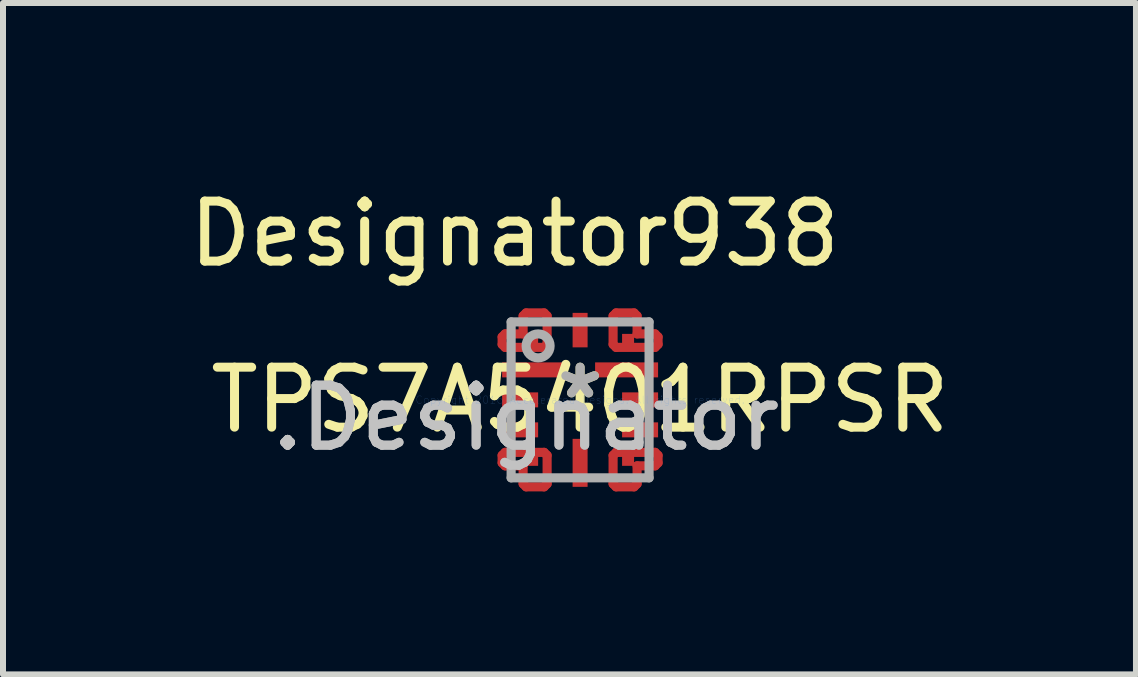
<source format=kicad_pcb>
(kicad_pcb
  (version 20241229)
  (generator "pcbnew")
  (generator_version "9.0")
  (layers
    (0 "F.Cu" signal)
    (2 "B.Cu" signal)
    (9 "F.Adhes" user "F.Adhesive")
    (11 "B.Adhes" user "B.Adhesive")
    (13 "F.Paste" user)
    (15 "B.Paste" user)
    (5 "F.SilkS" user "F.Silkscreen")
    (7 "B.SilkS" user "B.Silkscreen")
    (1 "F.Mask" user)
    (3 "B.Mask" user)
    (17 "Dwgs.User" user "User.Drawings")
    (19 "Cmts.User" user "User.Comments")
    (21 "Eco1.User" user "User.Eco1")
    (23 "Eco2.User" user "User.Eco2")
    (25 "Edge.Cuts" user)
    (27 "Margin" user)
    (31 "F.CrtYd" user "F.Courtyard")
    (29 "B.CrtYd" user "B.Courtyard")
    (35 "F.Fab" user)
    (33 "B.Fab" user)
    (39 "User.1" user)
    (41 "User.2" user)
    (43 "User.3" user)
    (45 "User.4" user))
  (footprint "TPS7A5401RPSR"
    (layer "F.Cu")
    (at 6.622 3.617)
    (property "Reference" "TPS7A5401RPSR" (at 0 0 0) (layer "F.SilkS") (effects (font (size 1 1) (thickness 0.15))))
    (attr through_hole)
    (fp_line (start -1.3 -1.05) (end -1.25 -1.1) (stroke (width 0.152) (type solid)) (layer "F.Cu"))
    (fp_line (start -1.3 -0.925) (end -1.3 -1.05) (stroke (width 0.152) (type solid)) (layer "F.Cu"))
    (fp_line (start -1.3 0.925) (end -1.3 1.05) (stroke (width 0.152) (type solid)) (layer "F.Cu"))
    (fp_line (start -1.3 1.05) (end -1.25 1.1) (stroke (width 0.152) (type solid)) (layer "F.Cu"))
    (fp_line (start -1.25 -1.1) (end -0.95 -1.1) (stroke (width 0.152) (type solid)) (layer "F.Cu"))
    (fp_line (start -1.25 -0.875) (end -1.3 -0.925) (stroke (width 0.152) (type solid)) (layer "F.Cu"))
    (fp_line (start -1.25 0.875) (end -1.3 0.925) (stroke (width 0.152) (type solid)) (layer "F.Cu"))
    (fp_line (start -1.25 1.1) (end -0.95 1.1) (stroke (width 0.152) (type solid)) (layer "F.Cu"))
    (fp_line (start -0.95 -1.4) (end -0.9 -1.45) (stroke (width 0.152) (type solid)) (layer "F.Cu"))
    (fp_line (start -0.95 -1.1) (end -0.95 -1.4) (stroke (width 0.152) (type solid)) (layer "F.Cu"))
    (fp_line (start -0.95 1.1) (end -0.95 1.4) (stroke (width 0.152) (type solid)) (layer "F.Cu"))
    (fp_line (start -0.95 1.4) (end -0.9 1.45) (stroke (width 0.152) (type solid)) (layer "F.Cu"))
    (fp_line (start -0.9 -1.45) (end -0.6 -1.45) (stroke (width 0.152) (type solid)) (layer "F.Cu"))
    (fp_line (start -0.9 1.45) (end -0.6 1.45) (stroke (width 0.152) (type solid)) (layer "F.Cu"))
    (fp_line (start -0.6 -1.45) (end -0.55 -1.4) (stroke (width 0.152) (type solid)) (layer "F.Cu"))
    (fp_line (start -0.6 -0.875) (end -1.25 -0.875) (stroke (width 0.152) (type solid)) (layer "F.Cu"))
    (fp_line (start -0.6 0.875) (end -1.25 0.875) (stroke (width 0.152) (type solid)) (layer "F.Cu"))
    (fp_line (start -0.6 1.45) (end -0.55 1.4) (stroke (width 0.152) (type solid)) (layer "F.Cu"))
    (fp_line (start -0.55 -1.4) (end -0.55 -0.925) (stroke (width 0.152) (type solid)) (layer "F.Cu"))
    (fp_line (start -0.55 -0.925) (end -0.6 -0.875) (stroke (width 0.152) (type solid)) (layer "F.Cu"))
    (fp_line (start -0.55 0.925) (end -0.6 0.875) (stroke (width 0.152) (type solid)) (layer "F.Cu"))
    (fp_line (start -0.55 1.4) (end -0.55 0.925) (stroke (width 0.152) (type solid)) (layer "F.Cu"))
    (fp_line (start 0.55 -1.4) (end 0.55 -0.925) (stroke (width 0.152) (type solid)) (layer "F.Cu"))
    (fp_line (start 0.55 -0.925) (end 0.6 -0.875) (stroke (width 0.152) (type solid)) (layer "F.Cu"))
    (fp_line (start 0.55 0.925) (end 0.6 0.875) (stroke (width 0.152) (type solid)) (layer "F.Cu"))
    (fp_line (start 0.55 1.4) (end 0.55 0.925) (stroke (width 0.152) (type solid)) (layer "F.Cu"))
    (fp_line (start 0.6 -1.45) (end 0.55 -1.4) (stroke (width 0.152) (type solid)) (layer "F.Cu"))
    (fp_line (start 0.6 -0.875) (end 1.25 -0.875) (stroke (width 0.152) (type solid)) (layer "F.Cu"))
    (fp_line (start 0.6 0.875) (end 1.25 0.875) (stroke (width 0.152) (type solid)) (layer "F.Cu"))
    (fp_line (start 0.6 1.45) (end 0.55 1.4) (stroke (width 0.152) (type solid)) (layer "F.Cu"))
    (fp_line (start 0.9 -1.45) (end 0.6 -1.45) (stroke (width 0.152) (type solid)) (layer "F.Cu"))
    (fp_line (start 0.9 1.45) (end 0.6 1.45) (stroke (width 0.152) (type solid)) (layer "F.Cu"))
    (fp_line (start 0.95 -1.4) (end 0.9 -1.45) (stroke (width 0.152) (type solid)) (layer "F.Cu"))
    (fp_line (start 0.95 -1.1) (end 0.95 -1.4) (stroke (width 0.152) (type solid)) (layer "F.Cu"))
    (fp_line (start 0.95 1.1) (end 0.95 1.4) (stroke (width 0.152) (type solid)) (layer "F.Cu"))
    (fp_line (start 0.95 1.4) (end 0.9 1.45) (stroke (width 0.152) (type solid)) (layer "F.Cu"))
    (fp_line (start 1.25 -1.1) (end 0.95 -1.1) (stroke (width 0.152) (type solid)) (layer "F.Cu"))
    (fp_line (start 1.25 -0.875) (end 1.3 -0.925) (stroke (width 0.152) (type solid)) (layer "F.Cu"))
    (fp_line (start 1.25 0.875) (end 1.3 0.925) (stroke (width 0.152) (type solid)) (layer "F.Cu"))
    (fp_line (start 1.25 1.1) (end 0.95 1.1) (stroke (width 0.152) (type solid)) (layer "F.Cu"))
    (fp_line (start 1.3 -1.05) (end 1.25 -1.1) (stroke (width 0.152) (type solid)) (layer "F.Cu"))
    (fp_line (start 1.3 -0.925) (end 1.3 -1.05) (stroke (width 0.152) (type solid)) (layer "F.Cu"))
    (fp_line (start 1.3 0.925) (end 1.3 1.05) (stroke (width 0.152) (type solid)) (layer "F.Cu"))
    (fp_line (start 1.3 1.05) (end 1.25 1.1) (stroke (width 0.152) (type solid)) (layer "F.Cu"))
    (fp_line (start -1.351 -1.05) (end -1.35 -1.06) (stroke (width 0.152) (type solid)) (layer "F.Mask"))
    (fp_line (start -1.351 -0.925) (end -1.351 -1.05) (stroke (width 0.152) (type solid)) (layer "F.Mask"))
    (fp_line (start -1.351 0.925) (end -1.35 0.915) (stroke (width 0.152) (type solid)) (layer "F.Mask"))
    (fp_line (start -1.351 1.05) (end -1.351 0.925) (stroke (width 0.152) (type solid)) (layer "F.Mask"))
    (fp_line (start -1.35 -1.06) (end -1.347 -1.069) (stroke (width 0.152) (type solid)) (layer "F.Mask"))
    (fp_line (start -1.35 -0.915) (end -1.351 -0.925) (stroke (width 0.152) (type solid)) (layer "F.Mask"))
    (fp_line (start -1.35 0.915) (end -1.347 0.906) (stroke (width 0.152) (type solid)) (layer "F.Mask"))
    (fp_line (start -1.35 1.06) (end -1.351 1.05) (stroke (width 0.152) (type solid)) (layer "F.Mask"))
    (fp_line (start -1.347 -1.069) (end -1.342 -1.078) (stroke (width 0.152) (type solid)) (layer "F.Mask"))
    (fp_line (start -1.347 -0.906) (end -1.35 -0.915) (stroke (width 0.152) (type solid)) (layer "F.Mask"))
    (fp_line (start -1.347 0.906) (end -1.342 0.897) (stroke (width 0.152) (type solid)) (layer "F.Mask"))
    (fp_line (start -1.347 1.069) (end -1.35 1.06) (stroke (width 0.152) (type solid)) (layer "F.Mask"))
    (fp_line (start -1.342 -1.078) (end -1.336 -1.086) (stroke (width 0.152) (type solid)) (layer "F.Mask"))
    (fp_line (start -1.342 -0.897) (end -1.347 -0.906) (stroke (width 0.152) (type solid)) (layer "F.Mask"))
    (fp_line (start -1.342 0.897) (end -1.336 0.889) (stroke (width 0.152) (type solid)) (layer "F.Mask"))
    (fp_line (start -1.342 1.078) (end -1.347 1.069) (stroke (width 0.152) (type solid)) (layer "F.Mask"))
    (fp_line (start -1.336 -1.086) (end -1.286 -1.136) (stroke (width 0.152) (type solid)) (layer "F.Mask"))
    (fp_line (start -1.336 -0.889) (end -1.342 -0.897) (stroke (width 0.152) (type solid)) (layer "F.Mask"))
    (fp_line (start -1.336 0.889) (end -1.286 0.839) (stroke (width 0.152) (type solid)) (layer "F.Mask"))
    (fp_line (start -1.336 1.086) (end -1.342 1.078) (stroke (width 0.152) (type solid)) (layer "F.Mask"))
    (fp_line (start -1.286 -1.136) (end -1.278 -1.142) (stroke (width 0.152) (type solid)) (layer "F.Mask"))
    (fp_line (start -1.286 -0.839) (end -1.336 -0.889) (stroke (width 0.152) (type solid)) (layer "F.Mask"))
    (fp_line (start -1.286 0.839) (end -1.278 0.833) (stroke (width 0.152) (type solid)) (layer "F.Mask"))
    (fp_line (start -1.286 1.136) (end -1.336 1.086) (stroke (width 0.152) (type solid)) (layer "F.Mask"))
    (fp_line (start -1.278 -1.142) (end -1.269 -1.147) (stroke (width 0.152) (type solid)) (layer "F.Mask"))
    (fp_line (start -1.278 -0.833) (end -1.286 -0.839) (stroke (width 0.152) (type solid)) (layer "F.Mask"))
    (fp_line (start -1.278 0.833) (end -1.269 0.828) (stroke (width 0.152) (type solid)) (layer "F.Mask"))
    (fp_line (start -1.278 1.142) (end -1.286 1.136) (stroke (width 0.152) (type solid)) (layer "F.Mask"))
    (fp_line (start -1.269 -1.147) (end -1.26 -1.15) (stroke (width 0.152) (type solid)) (layer "F.Mask"))
    (fp_line (start -1.269 -0.828) (end -1.278 -0.833) (stroke (width 0.152) (type solid)) (layer "F.Mask"))
    (fp_line (start -1.269 0.828) (end -1.26 0.825) (stroke (width 0.152) (type solid)) (layer "F.Mask"))
    (fp_line (start -1.269 1.147) (end -1.278 1.142) (stroke (width 0.152) (type solid)) (layer "F.Mask"))
    (fp_line (start -1.26 -1.15) (end -1.25 -1.151) (stroke (width 0.152) (type solid)) (layer "F.Mask"))
    (fp_line (start -1.26 -0.825) (end -1.269 -0.828) (stroke (width 0.152) (type solid)) (layer "F.Mask"))
    (fp_line (start -1.26 0.825) (end -1.25 0.824) (stroke (width 0.152) (type solid)) (layer "F.Mask"))
    (fp_line (start -1.26 1.15) (end -1.269 1.147) (stroke (width 0.152) (type solid)) (layer "F.Mask"))
    (fp_line (start -1.25 -1.151) (end -1.001 -1.151) (stroke (width 0.152) (type solid)) (layer "F.Mask"))
    (fp_line (start -1.25 -0.824) (end -1.26 -0.825) (stroke (width 0.152) (type solid)) (layer "F.Mask"))
    (fp_line (start -1.25 0.824) (end -0.6 0.824) (stroke (width 0.152) (type solid)) (layer "F.Mask"))
    (fp_line (start -1.25 1.151) (end -1.26 1.15) (stroke (width 0.152) (type solid)) (layer "F.Mask"))
    (fp_line (start -1.001 -1.4) (end -1 -1.41) (stroke (width 0.152) (type solid)) (layer "F.Mask"))
    (fp_line (start -1.001 -1.151) (end -1.001 -1.4) (stroke (width 0.152) (type solid)) (layer "F.Mask"))
    (fp_line (start -1.001 1.151) (end -1.25 1.151) (stroke (width 0.152) (type solid)) (layer "F.Mask"))
    (fp_line (start -1.001 1.4) (end -1.001 1.151) (stroke (width 0.152) (type solid)) (layer "F.Mask"))
    (fp_line (start -1 -1.41) (end -0.997 -1.419) (stroke (width 0.152) (type solid)) (layer "F.Mask"))
    (fp_line (start -1 1.41) (end -1.001 1.4) (stroke (width 0.152) (type solid)) (layer "F.Mask"))
    (fp_line (start -0.997 -1.419) (end -0.992 -1.428) (stroke (width 0.152) (type solid)) (layer "F.Mask"))
    (fp_line (start -0.997 1.419) (end -1 1.41) (stroke (width 0.152) (type solid)) (layer "F.Mask"))
    (fp_line (start -0.992 -1.428) (end -0.986 -1.436) (stroke (width 0.152) (type solid)) (layer "F.Mask"))
    (fp_line (start -0.992 1.428) (end -0.997 1.419) (stroke (width 0.152) (type solid)) (layer "F.Mask"))
    (fp_line (start -0.986 -1.436) (end -0.936 -1.486) (stroke (width 0.152) (type solid)) (layer "F.Mask"))
    (fp_line (start -0.986 1.436) (end -0.992 1.428) (stroke (width 0.152) (type solid)) (layer "F.Mask"))
    (fp_line (start -0.936 -1.486) (end -0.928 -1.492) (stroke (width 0.152) (type solid)) (layer "F.Mask"))
    (fp_line (start -0.936 1.486) (end -0.986 1.436) (stroke (width 0.152) (type solid)) (layer "F.Mask"))
    (fp_line (start -0.928 -1.492) (end -0.919 -1.497) (stroke (width 0.152) (type solid)) (layer "F.Mask"))
    (fp_line (start -0.928 1.492) (end -0.936 1.486) (stroke (width 0.152) (type solid)) (layer "F.Mask"))
    (fp_line (start -0.919 -1.497) (end -0.91 -1.5) (stroke (width 0.152) (type solid)) (layer "F.Mask"))
    (fp_line (start -0.919 1.497) (end -0.928 1.492) (stroke (width 0.152) (type solid)) (layer "F.Mask"))
    (fp_line (start -0.91 -1.5) (end -0.9 -1.501) (stroke (width 0.152) (type solid)) (layer "F.Mask"))
    (fp_line (start -0.91 1.5) (end -0.919 1.497) (stroke (width 0.152) (type solid)) (layer "F.Mask"))
    (fp_line (start -0.9 -1.501) (end -0.6 -1.501) (stroke (width 0.152) (type solid)) (layer "F.Mask"))
    (fp_line (start -0.9 1.501) (end -0.91 1.5) (stroke (width 0.152) (type solid)) (layer "F.Mask"))
    (fp_line (start -0.6 -1.501) (end -0.59 -1.5) (stroke (width 0.152) (type solid)) (layer "F.Mask"))
    (fp_line (start -0.6 -0.824) (end -1.25 -0.824) (stroke (width 0.152) (type solid)) (layer "F.Mask"))
    (fp_line (start -0.6 0.824) (end -0.59 0.825) (stroke (width 0.152) (type solid)) (layer "F.Mask"))
    (fp_line (start -0.6 1.501) (end -0.9 1.501) (stroke (width 0.152) (type solid)) (layer "F.Mask"))
    (fp_line (start -0.59 -1.5) (end -0.581 -1.497) (stroke (width 0.152) (type solid)) (layer "F.Mask"))
    (fp_line (start -0.59 -0.825) (end -0.6 -0.824) (stroke (width 0.152) (type solid)) (layer "F.Mask"))
    (fp_line (start -0.59 0.825) (end -0.581 0.828) (stroke (width 0.152) (type solid)) (layer "F.Mask"))
    (fp_line (start -0.59 1.5) (end -0.6 1.501) (stroke (width 0.152) (type solid)) (layer "F.Mask"))
    (fp_line (start -0.581 -1.497) (end -0.572 -1.492) (stroke (width 0.152) (type solid)) (layer "F.Mask"))
    (fp_line (start -0.581 -0.828) (end -0.59 -0.825) (stroke (width 0.152) (type solid)) (layer "F.Mask"))
    (fp_line (start -0.581 0.828) (end -0.572 0.833) (stroke (width 0.152) (type solid)) (layer "F.Mask"))
    (fp_line (start -0.581 1.497) (end -0.59 1.5) (stroke (width 0.152) (type solid)) (layer "F.Mask"))
    (fp_line (start -0.572 -1.492) (end -0.564 -1.486) (stroke (width 0.152) (type solid)) (layer "F.Mask"))
    (fp_line (start -0.572 -0.833) (end -0.581 -0.828) (stroke (width 0.152) (type solid)) (layer "F.Mask"))
    (fp_line (start -0.572 0.833) (end -0.564 0.839) (stroke (width 0.152) (type solid)) (layer "F.Mask"))
    (fp_line (start -0.572 1.492) (end -0.581 1.497) (stroke (width 0.152) (type solid)) (layer "F.Mask"))
    (fp_line (start -0.564 -1.486) (end -0.514 -1.436) (stroke (width 0.152) (type solid)) (layer "F.Mask"))
    (fp_line (start -0.564 -0.839) (end -0.572 -0.833) (stroke (width 0.152) (type solid)) (layer "F.Mask"))
    (fp_line (start -0.564 0.839) (end -0.514 0.889) (stroke (width 0.152) (type solid)) (layer "F.Mask"))
    (fp_line (start -0.564 1.486) (end -0.572 1.492) (stroke (width 0.152) (type solid)) (layer "F.Mask"))
    (fp_line (start -0.514 -1.436) (end -0.508 -1.428) (stroke (width 0.152) (type solid)) (layer "F.Mask"))
    (fp_line (start -0.514 -0.889) (end -0.564 -0.839) (stroke (width 0.152) (type solid)) (layer "F.Mask"))
    (fp_line (start -0.514 0.889) (end -0.508 0.897) (stroke (width 0.152) (type solid)) (layer "F.Mask"))
    (fp_line (start -0.514 1.436) (end -0.564 1.486) (stroke (width 0.152) (type solid)) (layer "F.Mask"))
    (fp_line (start -0.508 -1.428) (end -0.503 -1.419) (stroke (width 0.152) (type solid)) (layer "F.Mask"))
    (fp_line (start -0.508 -0.897) (end -0.514 -0.889) (stroke (width 0.152) (type solid)) (layer "F.Mask"))
    (fp_line (start -0.508 0.897) (end -0.503 0.906) (stroke (width 0.152) (type solid)) (layer "F.Mask"))
    (fp_line (start -0.508 1.428) (end -0.514 1.436) (stroke (width 0.152) (type solid)) (layer "F.Mask"))
    (fp_line (start -0.503 -1.419) (end -0.5 -1.41) (stroke (width 0.152) (type solid)) (layer "F.Mask"))
    (fp_line (start -0.503 -0.906) (end -0.508 -0.897) (stroke (width 0.152) (type solid)) (layer "F.Mask"))
    (fp_line (start -0.503 0.906) (end -0.5 0.915) (stroke (width 0.152) (type solid)) (layer "F.Mask"))
    (fp_line (start -0.503 1.419) (end -0.508 1.428) (stroke (width 0.152) (type solid)) (layer "F.Mask"))
    (fp_line (start -0.5 -1.41) (end -0.499 -1.4) (stroke (width 0.152) (type solid)) (layer "F.Mask"))
    (fp_line (start -0.5 -0.915) (end -0.503 -0.906) (stroke (width 0.152) (type solid)) (layer "F.Mask"))
    (fp_line (start -0.5 0.915) (end -0.499 0.925) (stroke (width 0.152) (type solid)) (layer "F.Mask"))
    (fp_line (start -0.5 1.41) (end -0.503 1.419) (stroke (width 0.152) (type solid)) (layer "F.Mask"))
    (fp_line (start -0.499 -1.4) (end -0.499 -0.925) (stroke (width 0.152) (type solid)) (layer "F.Mask"))
    (fp_line (start -0.499 -0.925) (end -0.5 -0.915) (stroke (width 0.152) (type solid)) (layer "F.Mask"))
    (fp_line (start -0.499 0.925) (end -0.499 1.4) (stroke (width 0.152) (type solid)) (layer "F.Mask"))
    (fp_line (start -0.499 1.4) (end -0.5 1.41) (stroke (width 0.152) (type solid)) (layer "F.Mask"))
    (fp_line (start 0.499 -1.4) (end 0.5 -1.41) (stroke (width 0.152) (type solid)) (layer "F.Mask"))
    (fp_line (start 0.499 -0.925) (end 0.499 -1.4) (stroke (width 0.152) (type solid)) (layer "F.Mask"))
    (fp_line (start 0.499 0.925) (end 0.5 0.915) (stroke (width 0.152) (type solid)) (layer "F.Mask"))
    (fp_line (start 0.499 1.4) (end 0.499 0.925) (stroke (width 0.152) (type solid)) (layer "F.Mask"))
    (fp_line (start 0.5 -1.41) (end 0.503 -1.419) (stroke (width 0.152) (type solid)) (layer "F.Mask"))
    (fp_line (start 0.5 -0.915) (end 0.499 -0.925) (stroke (width 0.152) (type solid)) (layer "F.Mask"))
    (fp_line (start 0.5 0.915) (end 0.503 0.906) (stroke (width 0.152) (type solid)) (layer "F.Mask"))
    (fp_line (start 0.5 1.41) (end 0.499 1.4) (stroke (width 0.152) (type solid)) (layer "F.Mask"))
    (fp_line (start 0.503 -1.419) (end 0.508 -1.428) (stroke (width 0.152) (type solid)) (layer "F.Mask"))
    (fp_line (start 0.503 -0.906) (end 0.5 -0.915) (stroke (width 0.152) (type solid)) (layer "F.Mask"))
    (fp_line (start 0.503 0.906) (end 0.508 0.897) (stroke (width 0.152) (type solid)) (layer "F.Mask"))
    (fp_line (start 0.503 1.419) (end 0.5 1.41) (stroke (width 0.152) (type solid)) (layer "F.Mask"))
    (fp_line (start 0.508 -1.428) (end 0.514 -1.436) (stroke (width 0.152) (type solid)) (layer "F.Mask"))
    (fp_line (start 0.508 -0.897) (end 0.503 -0.906) (stroke (width 0.152) (type solid)) (layer "F.Mask"))
    (fp_line (start 0.508 0.897) (end 0.514 0.889) (stroke (width 0.152) (type solid)) (layer "F.Mask"))
    (fp_line (start 0.508 1.428) (end 0.503 1.419) (stroke (width 0.152) (type solid)) (layer "F.Mask"))
    (fp_line (start 0.514 -1.436) (end 0.564 -1.486) (stroke (width 0.152) (type solid)) (layer "F.Mask"))
    (fp_line (start 0.514 -0.889) (end 0.508 -0.897) (stroke (width 0.152) (type solid)) (layer "F.Mask"))
    (fp_line (start 0.514 0.889) (end 0.564 0.839) (stroke (width 0.152) (type solid)) (layer "F.Mask"))
    (fp_line (start 0.514 1.436) (end 0.508 1.428) (stroke (width 0.152) (type solid)) (layer "F.Mask"))
    (fp_line (start 0.564 -1.486) (end 0.572 -1.492) (stroke (width 0.152) (type solid)) (layer "F.Mask"))
    (fp_line (start 0.564 -0.839) (end 0.514 -0.889) (stroke (width 0.152) (type solid)) (layer "F.Mask"))
    (fp_line (start 0.564 0.839) (end 0.572 0.833) (stroke (width 0.152) (type solid)) (layer "F.Mask"))
    (fp_line (start 0.564 1.486) (end 0.514 1.436) (stroke (width 0.152) (type solid)) (layer "F.Mask"))
    (fp_line (start 0.572 -1.492) (end 0.581 -1.497) (stroke (width 0.152) (type solid)) (layer "F.Mask"))
    (fp_line (start 0.572 -0.833) (end 0.564 -0.839) (stroke (width 0.152) (type solid)) (layer "F.Mask"))
    (fp_line (start 0.572 0.833) (end 0.581 0.828) (stroke (width 0.152) (type solid)) (layer "F.Mask"))
    (fp_line (start 0.572 1.492) (end 0.564 1.486) (stroke (width 0.152) (type solid)) (layer "F.Mask"))
    (fp_line (start 0.581 -1.497) (end 0.59 -1.5) (stroke (width 0.152) (type solid)) (layer "F.Mask"))
    (fp_line (start 0.581 -0.828) (end 0.572 -0.833) (stroke (width 0.152) (type solid)) (layer "F.Mask"))
    (fp_line (start 0.581 0.828) (end 0.59 0.825) (stroke (width 0.152) (type solid)) (layer "F.Mask"))
    (fp_line (start 0.581 1.497) (end 0.572 1.492) (stroke (width 0.152) (type solid)) (layer "F.Mask"))
    (fp_line (start 0.59 -1.5) (end 0.6 -1.501) (stroke (width 0.152) (type solid)) (layer "F.Mask"))
    (fp_line (start 0.59 -0.825) (end 0.581 -0.828) (stroke (width 0.152) (type solid)) (layer "F.Mask"))
    (fp_line (start 0.59 0.825) (end 0.6 0.824) (stroke (width 0.152) (type solid)) (layer "F.Mask"))
    (fp_line (start 0.59 1.5) (end 0.581 1.497) (stroke (width 0.152) (type solid)) (layer "F.Mask"))
    (fp_line (start 0.6 -1.501) (end 0.9 -1.501) (stroke (width 0.152) (type solid)) (layer "F.Mask"))
    (fp_line (start 0.6 -0.824) (end 0.59 -0.825) (stroke (width 0.152) (type solid)) (layer "F.Mask"))
    (fp_line (start 0.6 0.824) (end 1.25 0.824) (stroke (width 0.152) (type solid)) (layer "F.Mask"))
    (fp_line (start 0.6 1.501) (end 0.59 1.5) (stroke (width 0.152) (type solid)) (layer "F.Mask"))
    (fp_line (start 0.9 -1.501) (end 0.91 -1.5) (stroke (width 0.152) (type solid)) (layer "F.Mask"))
    (fp_line (start 0.9 1.501) (end 0.6 1.501) (stroke (width 0.152) (type solid)) (layer "F.Mask"))
    (fp_line (start 0.91 -1.5) (end 0.919 -1.497) (stroke (width 0.152) (type solid)) (layer "F.Mask"))
    (fp_line (start 0.91 1.5) (end 0.9 1.501) (stroke (width 0.152) (type solid)) (layer "F.Mask"))
    (fp_line (start 0.919 -1.497) (end 0.928 -1.492) (stroke (width 0.152) (type solid)) (layer "F.Mask"))
    (fp_line (start 0.919 1.497) (end 0.91 1.5) (stroke (width 0.152) (type solid)) (layer "F.Mask"))
    (fp_line (start 0.928 -1.492) (end 0.936 -1.486) (stroke (width 0.152) (type solid)) (layer "F.Mask"))
    (fp_line (start 0.928 1.492) (end 0.919 1.497) (stroke (width 0.152) (type solid)) (layer "F.Mask"))
    (fp_line (start 0.936 -1.486) (end 0.986 -1.436) (stroke (width 0.152) (type solid)) (layer "F.Mask"))
    (fp_line (start 0.936 1.486) (end 0.928 1.492) (stroke (width 0.152) (type solid)) (layer "F.Mask"))
    (fp_line (start 0.986 -1.436) (end 0.992 -1.428) (stroke (width 0.152) (type solid)) (layer "F.Mask"))
    (fp_line (start 0.986 1.436) (end 0.936 1.486) (stroke (width 0.152) (type solid)) (layer "F.Mask"))
    (fp_line (start 0.992 -1.428) (end 0.997 -1.419) (stroke (width 0.152) (type solid)) (layer "F.Mask"))
    (fp_line (start 0.992 1.428) (end 0.986 1.436) (stroke (width 0.152) (type solid)) (layer "F.Mask"))
    (fp_line (start 0.997 -1.419) (end 1 -1.41) (stroke (width 0.152) (type solid)) (layer "F.Mask"))
    (fp_line (start 0.997 1.419) (end 0.992 1.428) (stroke (width 0.152) (type solid)) (layer "F.Mask"))
    (fp_line (start 1 -1.41) (end 1.001 -1.4) (stroke (width 0.152) (type solid)) (layer "F.Mask"))
    (fp_line (start 1 1.41) (end 0.997 1.419) (stroke (width 0.152) (type solid)) (layer "F.Mask"))
    (fp_line (start 1.001 -1.4) (end 1.001 -1.151) (stroke (width 0.152) (type solid)) (layer "F.Mask"))
    (fp_line (start 1.001 -1.151) (end 1.25 -1.151) (stroke (width 0.152) (type solid)) (layer "F.Mask"))
    (fp_line (start 1.001 1.151) (end 1.001 1.4) (stroke (width 0.152) (type solid)) (layer "F.Mask"))
    (fp_line (start 1.001 1.4) (end 1 1.41) (stroke (width 0.152) (type solid)) (layer "F.Mask"))
    (fp_line (start 1.25 -1.151) (end 1.26 -1.15) (stroke (width 0.152) (type solid)) (layer "F.Mask"))
    (fp_line (start 1.25 -0.824) (end 0.6 -0.824) (stroke (width 0.152) (type solid)) (layer "F.Mask"))
    (fp_line (start 1.25 0.824) (end 1.26 0.825) (stroke (width 0.152) (type solid)) (layer "F.Mask"))
    (fp_line (start 1.25 1.151) (end 1.001 1.151) (stroke (width 0.152) (type solid)) (layer "F.Mask"))
    (fp_line (start 1.26 -1.15) (end 1.269 -1.147) (stroke (width 0.152) (type solid)) (layer "F.Mask"))
    (fp_line (start 1.26 -0.825) (end 1.25 -0.824) (stroke (width 0.152) (type solid)) (layer "F.Mask"))
    (fp_line (start 1.26 0.825) (end 1.269 0.828) (stroke (width 0.152) (type solid)) (layer "F.Mask"))
    (fp_line (start 1.26 1.15) (end 1.25 1.151) (stroke (width 0.152) (type solid)) (layer "F.Mask"))
    (fp_line (start 1.269 -1.147) (end 1.278 -1.142) (stroke (width 0.152) (type solid)) (layer "F.Mask"))
    (fp_line (start 1.269 -0.828) (end 1.26 -0.825) (stroke (width 0.152) (type solid)) (layer "F.Mask"))
    (fp_line (start 1.269 0.828) (end 1.278 0.833) (stroke (width 0.152) (type solid)) (layer "F.Mask"))
    (fp_line (start 1.269 1.147) (end 1.26 1.15) (stroke (width 0.152) (type solid)) (layer "F.Mask"))
    (fp_line (start 1.278 -1.142) (end 1.286 -1.136) (stroke (width 0.152) (type solid)) (layer "F.Mask"))
    (fp_line (start 1.278 -0.833) (end 1.269 -0.828) (stroke (width 0.152) (type solid)) (layer "F.Mask"))
    (fp_line (start 1.278 0.833) (end 1.286 0.839) (stroke (width 0.152) (type solid)) (layer "F.Mask"))
    (fp_line (start 1.278 1.142) (end 1.269 1.147) (stroke (width 0.152) (type solid)) (layer "F.Mask"))
    (fp_line (start 1.286 -1.136) (end 1.336 -1.086) (stroke (width 0.152) (type solid)) (layer "F.Mask"))
    (fp_line (start 1.286 -0.839) (end 1.278 -0.833) (stroke (width 0.152) (type solid)) (layer "F.Mask"))
    (fp_line (start 1.286 0.839) (end 1.336 0.889) (stroke (width 0.152) (type solid)) (layer "F.Mask"))
    (fp_line (start 1.286 1.136) (end 1.278 1.142) (stroke (width 0.152) (type solid)) (layer "F.Mask"))
    (fp_line (start 1.336 -1.086) (end 1.342 -1.078) (stroke (width 0.152) (type solid)) (layer "F.Mask"))
    (fp_line (start 1.336 -0.889) (end 1.286 -0.839) (stroke (width 0.152) (type solid)) (layer "F.Mask"))
    (fp_line (start 1.336 0.889) (end 1.342 0.897) (stroke (width 0.152) (type solid)) (layer "F.Mask"))
    (fp_line (start 1.336 1.086) (end 1.286 1.136) (stroke (width 0.152) (type solid)) (layer "F.Mask"))
    (fp_line (start 1.342 -1.078) (end 1.347 -1.069) (stroke (width 0.152) (type solid)) (layer "F.Mask"))
    (fp_line (start 1.342 -0.897) (end 1.336 -0.889) (stroke (width 0.152) (type solid)) (layer "F.Mask"))
    (fp_line (start 1.342 0.897) (end 1.347 0.906) (stroke (width 0.152) (type solid)) (layer "F.Mask"))
    (fp_line (start 1.342 1.078) (end 1.336 1.086) (stroke (width 0.152) (type solid)) (layer "F.Mask"))
    (fp_line (start 1.347 -1.069) (end 1.35 -1.06) (stroke (width 0.152) (type solid)) (layer "F.Mask"))
    (fp_line (start 1.347 -0.906) (end 1.342 -0.897) (stroke (width 0.152) (type solid)) (layer "F.Mask"))
    (fp_line (start 1.347 0.906) (end 1.35 0.915) (stroke (width 0.152) (type solid)) (layer "F.Mask"))
    (fp_line (start 1.347 1.069) (end 1.342 1.078) (stroke (width 0.152) (type solid)) (layer "F.Mask"))
    (fp_line (start 1.35 -1.06) (end 1.351 -1.05) (stroke (width 0.152) (type solid)) (layer "F.Mask"))
    (fp_line (start 1.35 -0.915) (end 1.347 -0.906) (stroke (width 0.152) (type solid)) (layer "F.Mask"))
    (fp_line (start 1.35 0.915) (end 1.351 0.925) (stroke (width 0.152) (type solid)) (layer "F.Mask"))
    (fp_line (start 1.35 1.06) (end 1.347 1.069) (stroke (width 0.152) (type solid)) (layer "F.Mask"))
    (fp_line (start 1.351 -1.05) (end 1.351 -0.925) (stroke (width 0.152) (type solid)) (layer "F.Mask"))
    (fp_line (start 1.351 -0.925) (end 1.35 -0.915) (stroke (width 0.152) (type solid)) (layer "F.Mask"))
    (fp_line (start 1.351 0.925) (end 1.351 1.05) (stroke (width 0.152) (type solid)) (layer "F.Mask"))
    (fp_line (start 1.351 1.05) (end 1.35 1.06) (stroke (width 0.152) (type solid)) (layer "F.Mask"))
    (fp_line (start -1.3 -1.05) (end -1.25 -1.1) (stroke (width 0.152) (type solid)) (layer "F.Paste"))
    (fp_line (start -1.3 -0.925) (end -1.3 -1.05) (stroke (width 0.152) (type solid)) (layer "F.Paste"))
    (fp_line (start -1.3 0.925) (end -1.25 0.875) (stroke (width 0.152) (type solid)) (layer "F.Paste"))
    (fp_line (start -1.3 1.05) (end -1.3 0.925) (stroke (width 0.152) (type solid)) (layer "F.Paste"))
    (fp_line (start -1.25 -1.1) (end -0.95 -1.1) (stroke (width 0.152) (type solid)) (layer "F.Paste"))
    (fp_line (start -1.25 -0.875) (end -1.3 -0.925) (stroke (width 0.152) (type solid)) (layer "F.Paste"))
    (fp_line (start -1.25 0.875) (end -0.6 0.875) (stroke (width 0.152) (type solid)) (layer "F.Paste"))
    (fp_line (start -1.25 1.1) (end -1.3 1.05) (stroke (width 0.152) (type solid)) (layer "F.Paste"))
    (fp_line (start -0.95 -1.4) (end -0.9 -1.45) (stroke (width 0.152) (type solid)) (layer "F.Paste"))
    (fp_line (start -0.95 -1.1) (end -0.95 -1.4) (stroke (width 0.152) (type solid)) (layer "F.Paste"))
    (fp_line (start -0.95 1.1) (end -1.25 1.1) (stroke (width 0.152) (type solid)) (layer "F.Paste"))
    (fp_line (start -0.95 1.4) (end -0.95 1.1) (stroke (width 0.152) (type solid)) (layer "F.Paste"))
    (fp_line (start -0.9 -1.45) (end -0.6 -1.45) (stroke (width 0.152) (type solid)) (layer "F.Paste"))
    (fp_line (start -0.9 1.45) (end -0.95 1.4) (stroke (width 0.152) (type solid)) (layer "F.Paste"))
    (fp_line (start -0.6 -1.45) (end -0.55 -1.4) (stroke (width 0.152) (type solid)) (layer "F.Paste"))
    (fp_line (start -0.6 -0.875) (end -1.25 -0.875) (stroke (width 0.152) (type solid)) (layer "F.Paste"))
    (fp_line (start -0.6 0.875) (end -0.55 0.925) (stroke (width 0.152) (type solid)) (layer "F.Paste"))
    (fp_line (start -0.6 1.45) (end -0.9 1.45) (stroke (width 0.152) (type solid)) (layer "F.Paste"))
    (fp_line (start -0.55 -1.4) (end -0.55 -0.925) (stroke (width 0.152) (type solid)) (layer "F.Paste"))
    (fp_line (start -0.55 -0.925) (end -0.6 -0.875) (stroke (width 0.152) (type solid)) (layer "F.Paste"))
    (fp_line (start -0.55 0.925) (end -0.55 1.4) (stroke (width 0.152) (type solid)) (layer "F.Paste"))
    (fp_line (start -0.55 1.4) (end -0.6 1.45) (stroke (width 0.152) (type solid)) (layer "F.Paste"))
    (fp_line (start 0.55 -1.4) (end 0.6 -1.45) (stroke (width 0.152) (type solid)) (layer "F.Paste"))
    (fp_line (start 0.55 -0.925) (end 0.55 -1.4) (stroke (width 0.152) (type solid)) (layer "F.Paste"))
    (fp_line (start 0.55 0.925) (end 0.6 0.875) (stroke (width 0.152) (type solid)) (layer "F.Paste"))
    (fp_line (start 0.55 1.4) (end 0.55 0.925) (stroke (width 0.152) (type solid)) (layer "F.Paste"))
    (fp_line (start 0.6 -1.45) (end 0.9 -1.45) (stroke (width 0.152) (type solid)) (layer "F.Paste"))
    (fp_line (start 0.6 -0.875) (end 0.55 -0.925) (stroke (width 0.152) (type solid)) (layer "F.Paste"))
    (fp_line (start 0.6 0.875) (end 1.25 0.875) (stroke (width 0.152) (type solid)) (layer "F.Paste"))
    (fp_line (start 0.6 1.45) (end 0.55 1.4) (stroke (width 0.152) (type solid)) (layer "F.Paste"))
    (fp_line (start 0.9 -1.45) (end 0.95 -1.4) (stroke (width 0.152) (type solid)) (layer "F.Paste"))
    (fp_line (start 0.9 1.45) (end 0.6 1.45) (stroke (width 0.152) (type solid)) (layer "F.Paste"))
    (fp_line (start 0.95 -1.4) (end 0.95 -1.1) (stroke (width 0.152) (type solid)) (layer "F.Paste"))
    (fp_line (start 0.95 -1.1) (end 1.25 -1.1) (stroke (width 0.152) (type solid)) (layer "F.Paste"))
    (fp_line (start 0.95 1.1) (end 0.95 1.4) (stroke (width 0.152) (type solid)) (layer "F.Paste"))
    (fp_line (start 0.95 1.4) (end 0.9 1.45) (stroke (width 0.152) (type solid)) (layer "F.Paste"))
    (fp_line (start 1.25 -1.1) (end 1.3 -1.05) (stroke (width 0.152) (type solid)) (layer "F.Paste"))
    (fp_line (start 1.25 -0.875) (end 0.6 -0.875) (stroke (width 0.152) (type solid)) (layer "F.Paste"))
    (fp_line (start 1.25 0.875) (end 1.3 0.925) (stroke (width 0.152) (type solid)) (layer "F.Paste"))
    (fp_line (start 1.25 1.1) (end 0.95 1.1) (stroke (width 0.152) (type solid)) (layer "F.Paste"))
    (fp_line (start 1.3 -1.05) (end 1.3 -0.925) (stroke (width 0.152) (type solid)) (layer "F.Paste"))
    (fp_line (start 1.3 -0.925) (end 1.25 -0.875) (stroke (width 0.152) (type solid)) (layer "F.Paste"))
    (fp_line (start 1.3 0.925) (end 1.3 1.05) (stroke (width 0.152) (type solid)) (layer "F.Paste"))
    (fp_line (start 1.3 1.05) (end 1.25 1.1) (stroke (width 0.152) (type solid)) (layer "F.Paste"))
    (fp_line (start -1.15 -1.3) (end 1.15 -1.3) (stroke (width 0.152) (type solid)) (layer "F.Fab"))
    (fp_line (start -1.15 1.3) (end -1.15 -1.3) (stroke (width 0.152) (type solid)) (layer "F.Fab"))
    (fp_line (start -1.15 1.3) (end 1.15 1.3) (stroke (width 0.152) (type solid)) (layer "F.Fab"))
    (fp_line (start 1.15 1.3) (end 1.15 -1.3) (stroke (width 0.152) (type solid)) (layer "F.Fab"))
    (fp_circle (center -0.7 -0.9) (end -0.5 -0.9) (stroke (width 0.152) (type solid)) (fill no) (layer "F.Fab"))
    (fp_text user "*" (at 0 0 0) (layer "F.SilkS") (effects (font (size 1 1) (thickness 0.15))))
    (fp_text user "Designator938" (at -1.092 -2.769 0) (layer "F.SilkS") (effects (font (size 1 1) (thickness 0.15))))
    (fp_text user ".Designator" (at -0.9 0.3 0) (layer "Dwgs.User") (effects (font (size 1 1) (thickness 0.15))))
    (fp_text user "Copyright 2016 Accelerated Designs. All rights reserved." (at 0 0 0) (layer "Cmts.User") (effects (font (size 0.127 0.127) (thickness 0.002))))
    (fp_text user ".Designator" (at -0.9 0.3 0) (layer "F.Fab") (effects (font (size 1 1) (thickness 0.15))))
    (fp_text user "*" (at 0 0 0) (layer "F.Fab") (effects (font (size 1 1) (thickness 0.15))))
    (pad "1" smd rect (at -0.8 -1) (size 0.2 0.2) (layers "F.Cu" "F.Mask" "F.Paste"))
    (pad "2" smd rect (at -0.775 -0.5) (size 1.05 0.25) (layers "F.Cu" "F.Mask" "F.Paste"))
    (pad "3" smd rect (at -1 0) (size 0.6 0.25) (layers "F.Cu" "F.Mask" "F.Paste"))
    (pad "4" smd rect (at -1 0.5) (size 0.6 0.25) (layers "F.Cu" "F.Mask" "F.Paste"))
    (pad "5" smd rect (at -0.8 1) (size 0.2 0.2) (layers "F.Cu" "F.Mask" "F.Paste"))
    (pad "6" smd rect (at 0 1.05 90) (size 0.8 0.25) (layers "F.Cu" "F.Mask" "F.Paste"))
    (pad "7" smd rect (at 0.8 1) (size 0.2 0.2) (layers "F.Cu" "F.Mask" "F.Paste"))
    (pad "8" smd rect (at 1 0.5) (size 0.6 0.25) (layers "F.Cu" "F.Mask" "F.Paste"))
    (pad "9" smd rect (at 1 0) (size 0.6 0.25) (layers "F.Cu" "F.Mask" "F.Paste"))
    (pad "10" smd rect (at 0.775 -0.5) (size 1.05 0.25) (layers "F.Cu" "F.Mask" "F.Paste"))
    (pad "11" smd rect (at 0.8 -1) (size 0.2 0.2) (layers "F.Cu" "F.Mask" "F.Paste"))
    (pad "12" smd rect (at 0 -1.163 90) (size 0.575 0.25) (layers "F.Cu" "F.Mask" "F.Paste")))
  (gr_rect
    (start -3 -3)
    (end 15.89 8.194)
    (stroke (width 0.1) (type default))
    (fill no)
    (layer "Edge.Cuts")))
</source>
